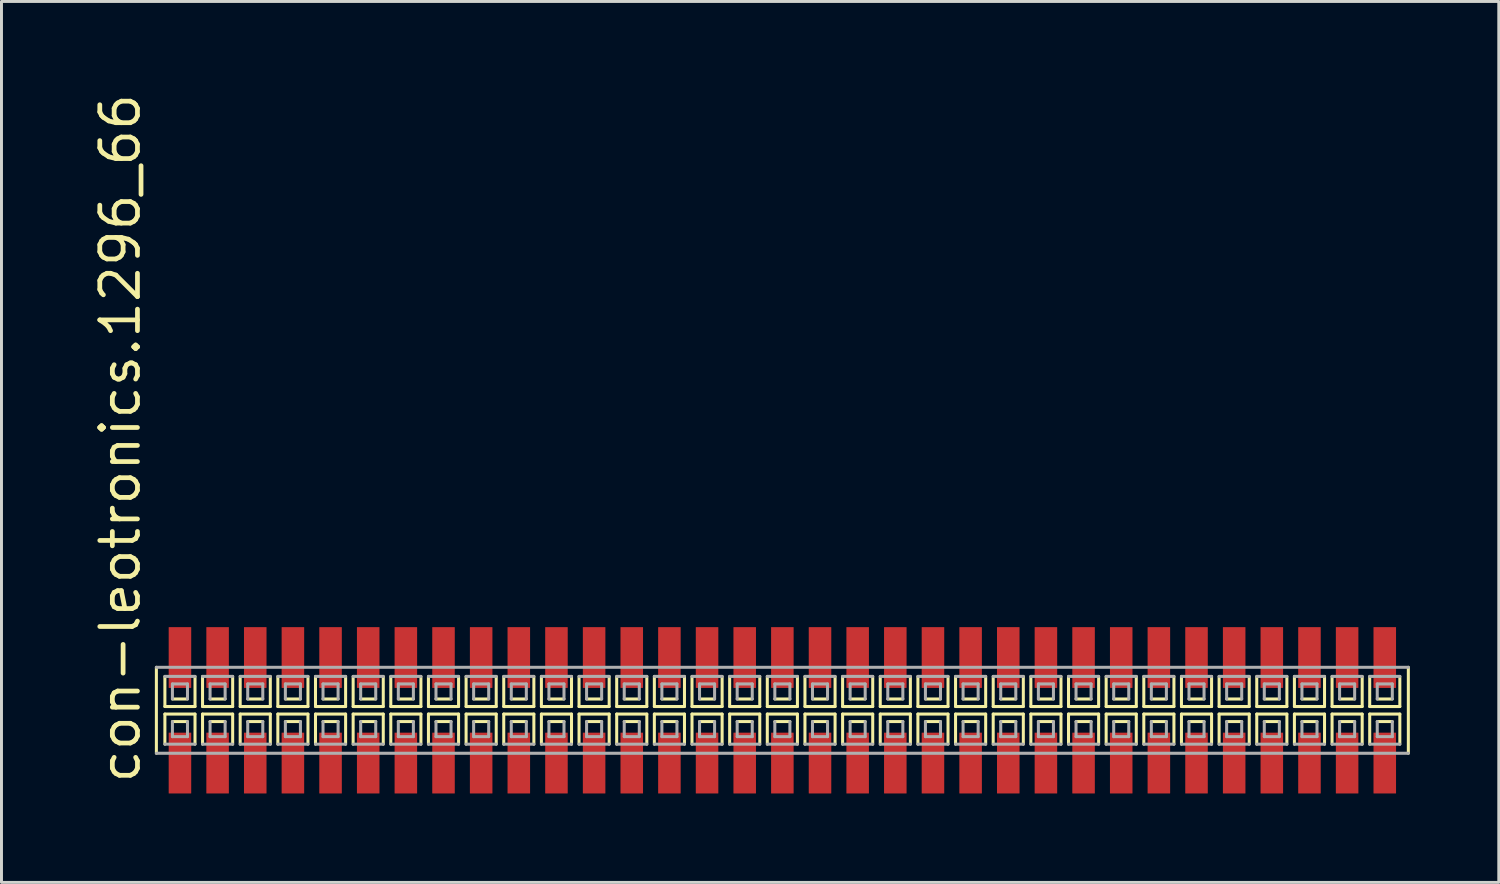
<source format=kicad_pcb>
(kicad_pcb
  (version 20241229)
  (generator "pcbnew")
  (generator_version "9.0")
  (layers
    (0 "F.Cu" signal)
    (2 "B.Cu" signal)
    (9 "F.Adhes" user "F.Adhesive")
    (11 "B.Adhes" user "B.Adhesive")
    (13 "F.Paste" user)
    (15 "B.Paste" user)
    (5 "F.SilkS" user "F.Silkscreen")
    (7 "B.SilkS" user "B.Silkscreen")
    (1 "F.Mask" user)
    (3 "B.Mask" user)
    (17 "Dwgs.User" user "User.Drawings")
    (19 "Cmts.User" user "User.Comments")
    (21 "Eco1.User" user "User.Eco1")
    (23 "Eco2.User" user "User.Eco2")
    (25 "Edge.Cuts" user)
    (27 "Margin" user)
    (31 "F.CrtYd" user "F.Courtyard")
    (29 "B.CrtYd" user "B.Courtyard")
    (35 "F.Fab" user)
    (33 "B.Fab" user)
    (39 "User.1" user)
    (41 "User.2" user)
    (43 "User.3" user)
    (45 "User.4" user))
  (footprint "con-leotronics.1296_66"
    (layer "F.Cu")
    (at 23.34 20.909)
    (property "Reference" "con-leotronics.1296_66" (at -21.59 2.54 90) (layer "F.SilkS") (effects (font (size 1.27 1.27) (thickness 0.16)) (justify left bottom)))
    (attr smd)
    (fp_line (start -21.115 -1.45) (end -21.115 1.45) (stroke (width 0.102) (type default)) (layer "F.SilkS"))
    (fp_line (start -20.828 -1.143) (end -20.828 -0.127) (stroke (width 0.102) (type default)) (layer "F.SilkS"))
    (fp_line (start -20.828 -0.127) (end -19.812 -0.127) (stroke (width 0.102) (type default)) (layer "F.SilkS"))
    (fp_line (start -20.828 0.127) (end -20.828 1.143) (stroke (width 0.102) (type default)) (layer "F.SilkS"))
    (fp_line (start -20.574 -0.381) (end -20.066 -0.381) (stroke (width 0.102) (type default)) (layer "F.SilkS"))
    (fp_line (start -20.066 0.381) (end -20.574 0.381) (stroke (width 0.102) (type default)) (layer "F.SilkS"))
    (fp_line (start -19.812 -0.127) (end -19.812 -1.143) (stroke (width 0.102) (type default)) (layer "F.SilkS"))
    (fp_line (start -19.812 0.127) (end -20.828 0.127) (stroke (width 0.102) (type default)) (layer "F.SilkS"))
    (fp_line (start -19.812 1.143) (end -19.812 0.127) (stroke (width 0.102) (type default)) (layer "F.SilkS"))
    (fp_line (start -19.558 -1.143) (end -19.558 -0.127) (stroke (width 0.102) (type default)) (layer "F.SilkS"))
    (fp_line (start -19.558 -0.127) (end -18.542 -0.127) (stroke (width 0.102) (type default)) (layer "F.SilkS"))
    (fp_line (start -19.558 0.127) (end -19.558 1.143) (stroke (width 0.102) (type default)) (layer "F.SilkS"))
    (fp_line (start -19.304 -0.381) (end -18.796 -0.381) (stroke (width 0.102) (type default)) (layer "F.SilkS"))
    (fp_line (start -18.796 0.381) (end -19.304 0.381) (stroke (width 0.102) (type default)) (layer "F.SilkS"))
    (fp_line (start -18.542 -0.127) (end -18.542 -1.143) (stroke (width 0.102) (type default)) (layer "F.SilkS"))
    (fp_line (start -18.542 0.127) (end -19.558 0.127) (stroke (width 0.102) (type default)) (layer "F.SilkS"))
    (fp_line (start -18.542 1.143) (end -18.542 0.127) (stroke (width 0.102) (type default)) (layer "F.SilkS"))
    (fp_line (start -18.288 -1.143) (end -18.288 -0.127) (stroke (width 0.102) (type default)) (layer "F.SilkS"))
    (fp_line (start -18.288 -0.127) (end -17.272 -0.127) (stroke (width 0.102) (type default)) (layer "F.SilkS"))
    (fp_line (start -18.288 0.127) (end -18.288 1.143) (stroke (width 0.102) (type default)) (layer "F.SilkS"))
    (fp_line (start -18.034 -0.381) (end -17.526 -0.381) (stroke (width 0.102) (type default)) (layer "F.SilkS"))
    (fp_line (start -17.526 0.381) (end -18.034 0.381) (stroke (width 0.102) (type default)) (layer "F.SilkS"))
    (fp_line (start -17.272 -0.127) (end -17.272 -1.143) (stroke (width 0.102) (type default)) (layer "F.SilkS"))
    (fp_line (start -17.272 0.127) (end -18.288 0.127) (stroke (width 0.102) (type default)) (layer "F.SilkS"))
    (fp_line (start -17.272 1.143) (end -17.272 0.127) (stroke (width 0.102) (type default)) (layer "F.SilkS"))
    (fp_line (start -17.018 -1.143) (end -17.018 -0.127) (stroke (width 0.102) (type default)) (layer "F.SilkS"))
    (fp_line (start -17.018 -0.127) (end -16.002 -0.127) (stroke (width 0.102) (type default)) (layer "F.SilkS"))
    (fp_line (start -17.018 0.127) (end -17.018 1.143) (stroke (width 0.102) (type default)) (layer "F.SilkS"))
    (fp_line (start -16.764 -0.381) (end -16.256 -0.381) (stroke (width 0.102) (type default)) (layer "F.SilkS"))
    (fp_line (start -16.256 0.381) (end -16.764 0.381) (stroke (width 0.102) (type default)) (layer "F.SilkS"))
    (fp_line (start -16.002 -0.127) (end -16.002 -1.143) (stroke (width 0.102) (type default)) (layer "F.SilkS"))
    (fp_line (start -16.002 0.127) (end -17.018 0.127) (stroke (width 0.102) (type default)) (layer "F.SilkS"))
    (fp_line (start -16.002 1.143) (end -16.002 0.127) (stroke (width 0.102) (type default)) (layer "F.SilkS"))
    (fp_line (start -15.748 -1.143) (end -15.748 -0.127) (stroke (width 0.102) (type default)) (layer "F.SilkS"))
    (fp_line (start -15.748 -0.127) (end -14.732 -0.127) (stroke (width 0.102) (type default)) (layer "F.SilkS"))
    (fp_line (start -15.748 0.127) (end -15.748 1.143) (stroke (width 0.102) (type default)) (layer "F.SilkS"))
    (fp_line (start -15.494 -0.381) (end -14.986 -0.381) (stroke (width 0.102) (type default)) (layer "F.SilkS"))
    (fp_line (start -14.986 0.381) (end -15.494 0.381) (stroke (width 0.102) (type default)) (layer "F.SilkS"))
    (fp_line (start -14.732 -0.127) (end -14.732 -1.143) (stroke (width 0.102) (type default)) (layer "F.SilkS"))
    (fp_line (start -14.732 0.127) (end -15.748 0.127) (stroke (width 0.102) (type default)) (layer "F.SilkS"))
    (fp_line (start -14.732 1.143) (end -14.732 0.127) (stroke (width 0.102) (type default)) (layer "F.SilkS"))
    (fp_line (start -14.478 -1.143) (end -14.478 -0.127) (stroke (width 0.102) (type default)) (layer "F.SilkS"))
    (fp_line (start -14.478 -0.127) (end -13.462 -0.127) (stroke (width 0.102) (type default)) (layer "F.SilkS"))
    (fp_line (start -14.478 0.127) (end -14.478 1.143) (stroke (width 0.102) (type default)) (layer "F.SilkS"))
    (fp_line (start -14.224 -0.381) (end -13.716 -0.381) (stroke (width 0.102) (type default)) (layer "F.SilkS"))
    (fp_line (start -13.716 0.381) (end -14.224 0.381) (stroke (width 0.102) (type default)) (layer "F.SilkS"))
    (fp_line (start -13.462 -0.127) (end -13.462 -1.143) (stroke (width 0.102) (type default)) (layer "F.SilkS"))
    (fp_line (start -13.462 0.127) (end -14.478 0.127) (stroke (width 0.102) (type default)) (layer "F.SilkS"))
    (fp_line (start -13.462 1.143) (end -13.462 0.127) (stroke (width 0.102) (type default)) (layer "F.SilkS"))
    (fp_line (start -13.208 -1.143) (end -13.208 -0.127) (stroke (width 0.102) (type default)) (layer "F.SilkS"))
    (fp_line (start -13.208 -0.127) (end -12.192 -0.127) (stroke (width 0.102) (type default)) (layer "F.SilkS"))
    (fp_line (start -13.208 0.127) (end -13.208 1.143) (stroke (width 0.102) (type default)) (layer "F.SilkS"))
    (fp_line (start -12.954 -0.381) (end -12.446 -0.381) (stroke (width 0.102) (type default)) (layer "F.SilkS"))
    (fp_line (start -12.446 0.381) (end -12.954 0.381) (stroke (width 0.102) (type default)) (layer "F.SilkS"))
    (fp_line (start -12.192 -0.127) (end -12.192 -1.143) (stroke (width 0.102) (type default)) (layer "F.SilkS"))
    (fp_line (start -12.192 0.127) (end -13.208 0.127) (stroke (width 0.102) (type default)) (layer "F.SilkS"))
    (fp_line (start -12.192 1.143) (end -12.192 0.127) (stroke (width 0.102) (type default)) (layer "F.SilkS"))
    (fp_line (start -11.938 -1.143) (end -11.938 -0.127) (stroke (width 0.102) (type default)) (layer "F.SilkS"))
    (fp_line (start -11.938 -0.127) (end -10.922 -0.127) (stroke (width 0.102) (type default)) (layer "F.SilkS"))
    (fp_line (start -11.938 0.127) (end -11.938 1.143) (stroke (width 0.102) (type default)) (layer "F.SilkS"))
    (fp_line (start -11.684 -0.381) (end -11.176 -0.381) (stroke (width 0.102) (type default)) (layer "F.SilkS"))
    (fp_line (start -11.176 0.381) (end -11.684 0.381) (stroke (width 0.102) (type default)) (layer "F.SilkS"))
    (fp_line (start -10.922 -0.127) (end -10.922 -1.143) (stroke (width 0.102) (type default)) (layer "F.SilkS"))
    (fp_line (start -10.922 0.127) (end -11.938 0.127) (stroke (width 0.102) (type default)) (layer "F.SilkS"))
    (fp_line (start -10.922 1.143) (end -10.922 0.127) (stroke (width 0.102) (type default)) (layer "F.SilkS"))
    (fp_line (start -10.668 -1.143) (end -10.668 -0.127) (stroke (width 0.102) (type default)) (layer "F.SilkS"))
    (fp_line (start -10.668 -0.127) (end -9.652 -0.127) (stroke (width 0.102) (type default)) (layer "F.SilkS"))
    (fp_line (start -10.668 0.127) (end -10.668 1.143) (stroke (width 0.102) (type default)) (layer "F.SilkS"))
    (fp_line (start -10.414 -0.381) (end -9.906 -0.381) (stroke (width 0.102) (type default)) (layer "F.SilkS"))
    (fp_line (start -9.906 0.381) (end -10.414 0.381) (stroke (width 0.102) (type default)) (layer "F.SilkS"))
    (fp_line (start -9.652 -0.127) (end -9.652 -1.143) (stroke (width 0.102) (type default)) (layer "F.SilkS"))
    (fp_line (start -9.652 0.127) (end -10.668 0.127) (stroke (width 0.102) (type default)) (layer "F.SilkS"))
    (fp_line (start -9.652 1.143) (end -9.652 0.127) (stroke (width 0.102) (type default)) (layer "F.SilkS"))
    (fp_line (start -9.398 -1.143) (end -9.398 -0.127) (stroke (width 0.102) (type default)) (layer "F.SilkS"))
    (fp_line (start -9.398 -0.127) (end -8.382 -0.127) (stroke (width 0.102) (type default)) (layer "F.SilkS"))
    (fp_line (start -9.398 0.127) (end -9.398 1.143) (stroke (width 0.102) (type default)) (layer "F.SilkS"))
    (fp_line (start -9.144 -0.381) (end -8.636 -0.381) (stroke (width 0.102) (type default)) (layer "F.SilkS"))
    (fp_line (start -8.636 0.381) (end -9.144 0.381) (stroke (width 0.102) (type default)) (layer "F.SilkS"))
    (fp_line (start -8.382 -0.127) (end -8.382 -1.143) (stroke (width 0.102) (type default)) (layer "F.SilkS"))
    (fp_line (start -8.382 0.127) (end -9.398 0.127) (stroke (width 0.102) (type default)) (layer "F.SilkS"))
    (fp_line (start -8.382 1.143) (end -8.382 0.127) (stroke (width 0.102) (type default)) (layer "F.SilkS"))
    (fp_line (start -8.128 -1.143) (end -8.128 -0.127) (stroke (width 0.102) (type default)) (layer "F.SilkS"))
    (fp_line (start -8.128 -0.127) (end -7.112 -0.127) (stroke (width 0.102) (type default)) (layer "F.SilkS"))
    (fp_line (start -8.128 0.127) (end -8.128 1.143) (stroke (width 0.102) (type default)) (layer "F.SilkS"))
    (fp_line (start -7.874 -0.381) (end -7.366 -0.381) (stroke (width 0.102) (type default)) (layer "F.SilkS"))
    (fp_line (start -7.366 0.381) (end -7.874 0.381) (stroke (width 0.102) (type default)) (layer "F.SilkS"))
    (fp_line (start -7.112 -0.127) (end -7.112 -1.143) (stroke (width 0.102) (type default)) (layer "F.SilkS"))
    (fp_line (start -7.112 0.127) (end -8.128 0.127) (stroke (width 0.102) (type default)) (layer "F.SilkS"))
    (fp_line (start -7.112 1.143) (end -7.112 0.127) (stroke (width 0.102) (type default)) (layer "F.SilkS"))
    (fp_line (start -6.858 -1.143) (end -6.858 -0.127) (stroke (width 0.102) (type default)) (layer "F.SilkS"))
    (fp_line (start -6.858 -0.127) (end -5.842 -0.127) (stroke (width 0.102) (type default)) (layer "F.SilkS"))
    (fp_line (start -6.858 0.127) (end -6.858 1.143) (stroke (width 0.102) (type default)) (layer "F.SilkS"))
    (fp_line (start -6.604 -0.381) (end -6.096 -0.381) (stroke (width 0.102) (type default)) (layer "F.SilkS"))
    (fp_line (start -6.096 0.381) (end -6.604 0.381) (stroke (width 0.102) (type default)) (layer "F.SilkS"))
    (fp_line (start -5.842 -0.127) (end -5.842 -1.143) (stroke (width 0.102) (type default)) (layer "F.SilkS"))
    (fp_line (start -5.842 0.127) (end -6.858 0.127) (stroke (width 0.102) (type default)) (layer "F.SilkS"))
    (fp_line (start -5.842 1.143) (end -5.842 0.127) (stroke (width 0.102) (type default)) (layer "F.SilkS"))
    (fp_line (start -5.588 -1.143) (end -5.588 -0.127) (stroke (width 0.102) (type default)) (layer "F.SilkS"))
    (fp_line (start -5.588 -0.127) (end -4.572 -0.127) (stroke (width 0.102) (type default)) (layer "F.SilkS"))
    (fp_line (start -5.588 0.127) (end -5.588 1.143) (stroke (width 0.102) (type default)) (layer "F.SilkS"))
    (fp_line (start -5.334 -0.381) (end -4.826 -0.381) (stroke (width 0.102) (type default)) (layer "F.SilkS"))
    (fp_line (start -4.826 0.381) (end -5.334 0.381) (stroke (width 0.102) (type default)) (layer "F.SilkS"))
    (fp_line (start -4.572 -0.127) (end -4.572 -1.143) (stroke (width 0.102) (type default)) (layer "F.SilkS"))
    (fp_line (start -4.572 0.127) (end -5.588 0.127) (stroke (width 0.102) (type default)) (layer "F.SilkS"))
    (fp_line (start -4.572 1.143) (end -4.572 0.127) (stroke (width 0.102) (type default)) (layer "F.SilkS"))
    (fp_line (start -4.318 -1.143) (end -4.318 -0.127) (stroke (width 0.102) (type default)) (layer "F.SilkS"))
    (fp_line (start -4.318 -0.127) (end -3.302 -0.127) (stroke (width 0.102) (type default)) (layer "F.SilkS"))
    (fp_line (start -4.318 0.127) (end -4.318 1.143) (stroke (width 0.102) (type default)) (layer "F.SilkS"))
    (fp_line (start -4.064 -0.381) (end -3.556 -0.381) (stroke (width 0.102) (type default)) (layer "F.SilkS"))
    (fp_line (start -3.556 0.381) (end -4.064 0.381) (stroke (width 0.102) (type default)) (layer "F.SilkS"))
    (fp_line (start -3.302 -0.127) (end -3.302 -1.143) (stroke (width 0.102) (type default)) (layer "F.SilkS"))
    (fp_line (start -3.302 0.127) (end -4.318 0.127) (stroke (width 0.102) (type default)) (layer "F.SilkS"))
    (fp_line (start -3.302 1.143) (end -3.302 0.127) (stroke (width 0.102) (type default)) (layer "F.SilkS"))
    (fp_line (start -3.048 -1.143) (end -3.048 -0.127) (stroke (width 0.102) (type default)) (layer "F.SilkS"))
    (fp_line (start -3.048 -0.127) (end -2.032 -0.127) (stroke (width 0.102) (type default)) (layer "F.SilkS"))
    (fp_line (start -3.048 0.127) (end -3.048 1.143) (stroke (width 0.102) (type default)) (layer "F.SilkS"))
    (fp_line (start -2.794 -0.381) (end -2.286 -0.381) (stroke (width 0.102) (type default)) (layer "F.SilkS"))
    (fp_line (start -2.286 0.381) (end -2.794 0.381) (stroke (width 0.102) (type default)) (layer "F.SilkS"))
    (fp_line (start -2.032 -0.127) (end -2.032 -1.143) (stroke (width 0.102) (type default)) (layer "F.SilkS"))
    (fp_line (start -2.032 0.127) (end -3.048 0.127) (stroke (width 0.102) (type default)) (layer "F.SilkS"))
    (fp_line (start -2.032 1.143) (end -2.032 0.127) (stroke (width 0.102) (type default)) (layer "F.SilkS"))
    (fp_line (start -1.778 -1.143) (end -1.778 -0.127) (stroke (width 0.102) (type default)) (layer "F.SilkS"))
    (fp_line (start -1.778 -0.127) (end -0.762 -0.127) (stroke (width 0.102) (type default)) (layer "F.SilkS"))
    (fp_line (start -1.778 0.127) (end -1.778 1.143) (stroke (width 0.102) (type default)) (layer "F.SilkS"))
    (fp_line (start -1.524 -0.381) (end -1.016 -0.381) (stroke (width 0.102) (type default)) (layer "F.SilkS"))
    (fp_line (start -1.016 0.381) (end -1.524 0.381) (stroke (width 0.102) (type default)) (layer "F.SilkS"))
    (fp_line (start -0.762 -0.127) (end -0.762 -1.143) (stroke (width 0.102) (type default)) (layer "F.SilkS"))
    (fp_line (start -0.762 0.127) (end -1.778 0.127) (stroke (width 0.102) (type default)) (layer "F.SilkS"))
    (fp_line (start -0.762 1.143) (end -0.762 0.127) (stroke (width 0.102) (type default)) (layer "F.SilkS"))
    (fp_line (start -0.508 -1.143) (end -0.508 -0.127) (stroke (width 0.102) (type default)) (layer "F.SilkS"))
    (fp_line (start -0.508 -0.127) (end 0.508 -0.127) (stroke (width 0.102) (type default)) (layer "F.SilkS"))
    (fp_line (start -0.508 0.127) (end -0.508 1.143) (stroke (width 0.102) (type default)) (layer "F.SilkS"))
    (fp_line (start -0.254 -0.381) (end 0.254 -0.381) (stroke (width 0.102) (type default)) (layer "F.SilkS"))
    (fp_line (start 0.254 0.381) (end -0.254 0.381) (stroke (width 0.102) (type default)) (layer "F.SilkS"))
    (fp_line (start 0.508 -0.127) (end 0.508 -1.143) (stroke (width 0.102) (type default)) (layer "F.SilkS"))
    (fp_line (start 0.508 0.127) (end -0.508 0.127) (stroke (width 0.102) (type default)) (layer "F.SilkS"))
    (fp_line (start 0.508 1.143) (end 0.508 0.127) (stroke (width 0.102) (type default)) (layer "F.SilkS"))
    (fp_line (start 0.762 -1.143) (end 0.762 -0.127) (stroke (width 0.102) (type default)) (layer "F.SilkS"))
    (fp_line (start 0.762 -0.127) (end 1.778 -0.127) (stroke (width 0.102) (type default)) (layer "F.SilkS"))
    (fp_line (start 0.762 0.127) (end 0.762 1.143) (stroke (width 0.102) (type default)) (layer "F.SilkS"))
    (fp_line (start 1.016 -0.381) (end 1.524 -0.381) (stroke (width 0.102) (type default)) (layer "F.SilkS"))
    (fp_line (start 1.524 0.381) (end 1.016 0.381) (stroke (width 0.102) (type default)) (layer "F.SilkS"))
    (fp_line (start 1.778 -0.127) (end 1.778 -1.143) (stroke (width 0.102) (type default)) (layer "F.SilkS"))
    (fp_line (start 1.778 0.127) (end 0.762 0.127) (stroke (width 0.102) (type default)) (layer "F.SilkS"))
    (fp_line (start 1.778 1.143) (end 1.778 0.127) (stroke (width 0.102) (type default)) (layer "F.SilkS"))
    (fp_line (start 2.032 -1.143) (end 2.032 -0.127) (stroke (width 0.102) (type default)) (layer "F.SilkS"))
    (fp_line (start 2.032 -0.127) (end 3.048 -0.127) (stroke (width 0.102) (type default)) (layer "F.SilkS"))
    (fp_line (start 2.032 0.127) (end 2.032 1.143) (stroke (width 0.102) (type default)) (layer "F.SilkS"))
    (fp_line (start 2.286 -0.381) (end 2.794 -0.381) (stroke (width 0.102) (type default)) (layer "F.SilkS"))
    (fp_line (start 2.794 0.381) (end 2.286 0.381) (stroke (width 0.102) (type default)) (layer "F.SilkS"))
    (fp_line (start 3.048 -0.127) (end 3.048 -1.143) (stroke (width 0.102) (type default)) (layer "F.SilkS"))
    (fp_line (start 3.048 0.127) (end 2.032 0.127) (stroke (width 0.102) (type default)) (layer "F.SilkS"))
    (fp_line (start 3.048 1.143) (end 3.048 0.127) (stroke (width 0.102) (type default)) (layer "F.SilkS"))
    (fp_line (start 3.302 -1.143) (end 3.302 -0.127) (stroke (width 0.102) (type default)) (layer "F.SilkS"))
    (fp_line (start 3.302 -0.127) (end 4.318 -0.127) (stroke (width 0.102) (type default)) (layer "F.SilkS"))
    (fp_line (start 3.302 0.127) (end 3.302 1.143) (stroke (width 0.102) (type default)) (layer "F.SilkS"))
    (fp_line (start 3.556 -0.381) (end 4.064 -0.381) (stroke (width 0.102) (type default)) (layer "F.SilkS"))
    (fp_line (start 4.064 0.381) (end 3.556 0.381) (stroke (width 0.102) (type default)) (layer "F.SilkS"))
    (fp_line (start 4.318 -0.127) (end 4.318 -1.143) (stroke (width 0.102) (type default)) (layer "F.SilkS"))
    (fp_line (start 4.318 0.127) (end 3.302 0.127) (stroke (width 0.102) (type default)) (layer "F.SilkS"))
    (fp_line (start 4.318 1.143) (end 4.318 0.127) (stroke (width 0.102) (type default)) (layer "F.SilkS"))
    (fp_line (start 4.572 -1.143) (end 4.572 -0.127) (stroke (width 0.102) (type default)) (layer "F.SilkS"))
    (fp_line (start 4.572 -0.127) (end 5.588 -0.127) (stroke (width 0.102) (type default)) (layer "F.SilkS"))
    (fp_line (start 4.572 0.127) (end 4.572 1.143) (stroke (width 0.102) (type default)) (layer "F.SilkS"))
    (fp_line (start 4.826 -0.381) (end 5.334 -0.381) (stroke (width 0.102) (type default)) (layer "F.SilkS"))
    (fp_line (start 5.334 0.381) (end 4.826 0.381) (stroke (width 0.102) (type default)) (layer "F.SilkS"))
    (fp_line (start 5.588 -0.127) (end 5.588 -1.143) (stroke (width 0.102) (type default)) (layer "F.SilkS"))
    (fp_line (start 5.588 0.127) (end 4.572 0.127) (stroke (width 0.102) (type default)) (layer "F.SilkS"))
    (fp_line (start 5.588 1.143) (end 5.588 0.127) (stroke (width 0.102) (type default)) (layer "F.SilkS"))
    (fp_line (start 5.842 -1.143) (end 5.842 -0.127) (stroke (width 0.102) (type default)) (layer "F.SilkS"))
    (fp_line (start 5.842 -0.127) (end 6.858 -0.127) (stroke (width 0.102) (type default)) (layer "F.SilkS"))
    (fp_line (start 5.842 0.127) (end 5.842 1.143) (stroke (width 0.102) (type default)) (layer "F.SilkS"))
    (fp_line (start 6.096 -0.381) (end 6.604 -0.381) (stroke (width 0.102) (type default)) (layer "F.SilkS"))
    (fp_line (start 6.604 0.381) (end 6.096 0.381) (stroke (width 0.102) (type default)) (layer "F.SilkS"))
    (fp_line (start 6.858 -0.127) (end 6.858 -1.143) (stroke (width 0.102) (type default)) (layer "F.SilkS"))
    (fp_line (start 6.858 0.127) (end 5.842 0.127) (stroke (width 0.102) (type default)) (layer "F.SilkS"))
    (fp_line (start 6.858 1.143) (end 6.858 0.127) (stroke (width 0.102) (type default)) (layer "F.SilkS"))
    (fp_line (start 7.112 -1.143) (end 7.112 -0.127) (stroke (width 0.102) (type default)) (layer "F.SilkS"))
    (fp_line (start 7.112 -0.127) (end 8.128 -0.127) (stroke (width 0.102) (type default)) (layer "F.SilkS"))
    (fp_line (start 7.112 0.127) (end 7.112 1.143) (stroke (width 0.102) (type default)) (layer "F.SilkS"))
    (fp_line (start 7.366 -0.381) (end 7.874 -0.381) (stroke (width 0.102) (type default)) (layer "F.SilkS"))
    (fp_line (start 7.874 0.381) (end 7.366 0.381) (stroke (width 0.102) (type default)) (layer "F.SilkS"))
    (fp_line (start 8.128 -0.127) (end 8.128 -1.143) (stroke (width 0.102) (type default)) (layer "F.SilkS"))
    (fp_line (start 8.128 0.127) (end 7.112 0.127) (stroke (width 0.102) (type default)) (layer "F.SilkS"))
    (fp_line (start 8.128 1.143) (end 8.128 0.127) (stroke (width 0.102) (type default)) (layer "F.SilkS"))
    (fp_line (start 8.382 -1.143) (end 8.382 -0.127) (stroke (width 0.102) (type default)) (layer "F.SilkS"))
    (fp_line (start 8.382 -0.127) (end 9.398 -0.127) (stroke (width 0.102) (type default)) (layer "F.SilkS"))
    (fp_line (start 8.382 0.127) (end 8.382 1.143) (stroke (width 0.102) (type default)) (layer "F.SilkS"))
    (fp_line (start 8.636 -0.381) (end 9.144 -0.381) (stroke (width 0.102) (type default)) (layer "F.SilkS"))
    (fp_line (start 9.144 0.381) (end 8.636 0.381) (stroke (width 0.102) (type default)) (layer "F.SilkS"))
    (fp_line (start 9.398 -0.127) (end 9.398 -1.143) (stroke (width 0.102) (type default)) (layer "F.SilkS"))
    (fp_line (start 9.398 0.127) (end 8.382 0.127) (stroke (width 0.102) (type default)) (layer "F.SilkS"))
    (fp_line (start 9.398 1.143) (end 9.398 0.127) (stroke (width 0.102) (type default)) (layer "F.SilkS"))
    (fp_line (start 9.652 -1.143) (end 9.652 -0.127) (stroke (width 0.102) (type default)) (layer "F.SilkS"))
    (fp_line (start 9.652 -0.127) (end 10.668 -0.127) (stroke (width 0.102) (type default)) (layer "F.SilkS"))
    (fp_line (start 9.652 0.127) (end 9.652 1.143) (stroke (width 0.102) (type default)) (layer "F.SilkS"))
    (fp_line (start 9.906 -0.381) (end 10.414 -0.381) (stroke (width 0.102) (type default)) (layer "F.SilkS"))
    (fp_line (start 10.414 0.381) (end 9.906 0.381) (stroke (width 0.102) (type default)) (layer "F.SilkS"))
    (fp_line (start 10.668 -0.127) (end 10.668 -1.143) (stroke (width 0.102) (type default)) (layer "F.SilkS"))
    (fp_line (start 10.668 0.127) (end 9.652 0.127) (stroke (width 0.102) (type default)) (layer "F.SilkS"))
    (fp_line (start 10.668 1.143) (end 10.668 0.127) (stroke (width 0.102) (type default)) (layer "F.SilkS"))
    (fp_line (start 10.922 -1.143) (end 10.922 -0.127) (stroke (width 0.102) (type default)) (layer "F.SilkS"))
    (fp_line (start 10.922 -0.127) (end 11.938 -0.127) (stroke (width 0.102) (type default)) (layer "F.SilkS"))
    (fp_line (start 10.922 0.127) (end 10.922 1.143) (stroke (width 0.102) (type default)) (layer "F.SilkS"))
    (fp_line (start 11.176 -0.381) (end 11.684 -0.381) (stroke (width 0.102) (type default)) (layer "F.SilkS"))
    (fp_line (start 11.684 0.381) (end 11.176 0.381) (stroke (width 0.102) (type default)) (layer "F.SilkS"))
    (fp_line (start 11.938 -0.127) (end 11.938 -1.143) (stroke (width 0.102) (type default)) (layer "F.SilkS"))
    (fp_line (start 11.938 0.127) (end 10.922 0.127) (stroke (width 0.102) (type default)) (layer "F.SilkS"))
    (fp_line (start 11.938 1.143) (end 11.938 0.127) (stroke (width 0.102) (type default)) (layer "F.SilkS"))
    (fp_line (start 12.192 -1.143) (end 12.192 -0.127) (stroke (width 0.102) (type default)) (layer "F.SilkS"))
    (fp_line (start 12.192 -0.127) (end 13.208 -0.127) (stroke (width 0.102) (type default)) (layer "F.SilkS"))
    (fp_line (start 12.192 0.127) (end 12.192 1.143) (stroke (width 0.102) (type default)) (layer "F.SilkS"))
    (fp_line (start 12.446 -0.381) (end 12.954 -0.381) (stroke (width 0.102) (type default)) (layer "F.SilkS"))
    (fp_line (start 12.954 0.381) (end 12.446 0.381) (stroke (width 0.102) (type default)) (layer "F.SilkS"))
    (fp_line (start 13.208 -0.127) (end 13.208 -1.143) (stroke (width 0.102) (type default)) (layer "F.SilkS"))
    (fp_line (start 13.208 0.127) (end 12.192 0.127) (stroke (width 0.102) (type default)) (layer "F.SilkS"))
    (fp_line (start 13.208 1.143) (end 13.208 0.127) (stroke (width 0.102) (type default)) (layer "F.SilkS"))
    (fp_line (start 13.462 -1.143) (end 13.462 -0.127) (stroke (width 0.102) (type default)) (layer "F.SilkS"))
    (fp_line (start 13.462 -0.127) (end 14.478 -0.127) (stroke (width 0.102) (type default)) (layer "F.SilkS"))
    (fp_line (start 13.462 0.127) (end 13.462 1.143) (stroke (width 0.102) (type default)) (layer "F.SilkS"))
    (fp_line (start 13.716 -0.381) (end 14.224 -0.381) (stroke (width 0.102) (type default)) (layer "F.SilkS"))
    (fp_line (start 14.224 0.381) (end 13.716 0.381) (stroke (width 0.102) (type default)) (layer "F.SilkS"))
    (fp_line (start 14.478 -0.127) (end 14.478 -1.143) (stroke (width 0.102) (type default)) (layer "F.SilkS"))
    (fp_line (start 14.478 0.127) (end 13.462 0.127) (stroke (width 0.102) (type default)) (layer "F.SilkS"))
    (fp_line (start 14.478 1.143) (end 14.478 0.127) (stroke (width 0.102) (type default)) (layer "F.SilkS"))
    (fp_line (start 14.732 -1.143) (end 14.732 -0.127) (stroke (width 0.102) (type default)) (layer "F.SilkS"))
    (fp_line (start 14.732 -0.127) (end 15.748 -0.127) (stroke (width 0.102) (type default)) (layer "F.SilkS"))
    (fp_line (start 14.732 0.127) (end 14.732 1.143) (stroke (width 0.102) (type default)) (layer "F.SilkS"))
    (fp_line (start 14.986 -0.381) (end 15.494 -0.381) (stroke (width 0.102) (type default)) (layer "F.SilkS"))
    (fp_line (start 15.494 0.381) (end 14.986 0.381) (stroke (width 0.102) (type default)) (layer "F.SilkS"))
    (fp_line (start 15.748 -0.127) (end 15.748 -1.143) (stroke (width 0.102) (type default)) (layer "F.SilkS"))
    (fp_line (start 15.748 0.127) (end 14.732 0.127) (stroke (width 0.102) (type default)) (layer "F.SilkS"))
    (fp_line (start 15.748 1.143) (end 15.748 0.127) (stroke (width 0.102) (type default)) (layer "F.SilkS"))
    (fp_line (start 16.002 -1.143) (end 16.002 -0.127) (stroke (width 0.102) (type default)) (layer "F.SilkS"))
    (fp_line (start 16.002 -0.127) (end 17.018 -0.127) (stroke (width 0.102) (type default)) (layer "F.SilkS"))
    (fp_line (start 16.002 0.127) (end 16.002 1.143) (stroke (width 0.102) (type default)) (layer "F.SilkS"))
    (fp_line (start 16.256 -0.381) (end 16.764 -0.381) (stroke (width 0.102) (type default)) (layer "F.SilkS"))
    (fp_line (start 16.764 0.381) (end 16.256 0.381) (stroke (width 0.102) (type default)) (layer "F.SilkS"))
    (fp_line (start 17.018 -0.127) (end 17.018 -1.143) (stroke (width 0.102) (type default)) (layer "F.SilkS"))
    (fp_line (start 17.018 0.127) (end 16.002 0.127) (stroke (width 0.102) (type default)) (layer "F.SilkS"))
    (fp_line (start 17.018 1.143) (end 17.018 0.127) (stroke (width 0.102) (type default)) (layer "F.SilkS"))
    (fp_line (start 17.272 -1.143) (end 17.272 -0.127) (stroke (width 0.102) (type default)) (layer "F.SilkS"))
    (fp_line (start 17.272 -0.127) (end 18.288 -0.127) (stroke (width 0.102) (type default)) (layer "F.SilkS"))
    (fp_line (start 17.272 0.127) (end 17.272 1.143) (stroke (width 0.102) (type default)) (layer "F.SilkS"))
    (fp_line (start 17.526 -0.381) (end 18.034 -0.381) (stroke (width 0.102) (type default)) (layer "F.SilkS"))
    (fp_line (start 18.034 0.381) (end 17.526 0.381) (stroke (width 0.102) (type default)) (layer "F.SilkS"))
    (fp_line (start 18.288 -0.127) (end 18.288 -1.143) (stroke (width 0.102) (type default)) (layer "F.SilkS"))
    (fp_line (start 18.288 0.127) (end 17.272 0.127) (stroke (width 0.102) (type default)) (layer "F.SilkS"))
    (fp_line (start 18.288 1.143) (end 18.288 0.127) (stroke (width 0.102) (type default)) (layer "F.SilkS"))
    (fp_line (start 18.542 -1.143) (end 18.542 -0.127) (stroke (width 0.102) (type default)) (layer "F.SilkS"))
    (fp_line (start 18.542 -0.127) (end 19.558 -0.127) (stroke (width 0.102) (type default)) (layer "F.SilkS"))
    (fp_line (start 18.542 0.127) (end 18.542 1.143) (stroke (width 0.102) (type default)) (layer "F.SilkS"))
    (fp_line (start 18.796 -0.381) (end 19.304 -0.381) (stroke (width 0.102) (type default)) (layer "F.SilkS"))
    (fp_line (start 19.304 0.381) (end 18.796 0.381) (stroke (width 0.102) (type default)) (layer "F.SilkS"))
    (fp_line (start 19.558 -0.127) (end 19.558 -1.143) (stroke (width 0.102) (type default)) (layer "F.SilkS"))
    (fp_line (start 19.558 0.127) (end 18.542 0.127) (stroke (width 0.102) (type default)) (layer "F.SilkS"))
    (fp_line (start 19.558 1.143) (end 19.558 0.127) (stroke (width 0.102) (type default)) (layer "F.SilkS"))
    (fp_line (start 19.812 -1.143) (end 19.812 -0.127) (stroke (width 0.102) (type default)) (layer "F.SilkS"))
    (fp_line (start 19.812 -0.127) (end 20.828 -0.127) (stroke (width 0.102) (type default)) (layer "F.SilkS"))
    (fp_line (start 19.812 0.127) (end 19.812 1.143) (stroke (width 0.102) (type default)) (layer "F.SilkS"))
    (fp_line (start 20.066 -0.381) (end 20.574 -0.381) (stroke (width 0.102) (type default)) (layer "F.SilkS"))
    (fp_line (start 20.574 0.381) (end 20.066 0.381) (stroke (width 0.102) (type default)) (layer "F.SilkS"))
    (fp_line (start 20.828 -0.127) (end 20.828 -1.143) (stroke (width 0.102) (type default)) (layer "F.SilkS"))
    (fp_line (start 20.828 0.127) (end 19.812 0.127) (stroke (width 0.102) (type default)) (layer "F.SilkS"))
    (fp_line (start 20.828 1.143) (end 20.828 0.127) (stroke (width 0.102) (type default)) (layer "F.SilkS"))
    (fp_line (start 21.115 1.45) (end 21.115 -1.45) (stroke (width 0.102) (type default)) (layer "F.SilkS"))
    (fp_line (start -21.115 1.45) (end 21.115 1.45) (stroke (width 0.102) (type default)) (layer "F.Fab"))
    (fp_line (start -20.828 1.143) (end -19.812 1.143) (stroke (width 0.102) (type default)) (layer "F.Fab"))
    (fp_line (start -20.574 -0.889) (end -20.574 -0.381) (stroke (width 0.102) (type default)) (layer "F.Fab"))
    (fp_line (start -20.574 0.381) (end -20.574 0.889) (stroke (width 0.102) (type default)) (layer "F.Fab"))
    (fp_line (start -20.574 0.889) (end -20.066 0.889) (stroke (width 0.102) (type default)) (layer "F.Fab"))
    (fp_line (start -20.066 -0.889) (end -20.574 -0.889) (stroke (width 0.102) (type default)) (layer "F.Fab"))
    (fp_line (start -20.066 -0.381) (end -20.066 -0.889) (stroke (width 0.102) (type default)) (layer "F.Fab"))
    (fp_line (start -20.066 0.889) (end -20.066 0.381) (stroke (width 0.102) (type default)) (layer "F.Fab"))
    (fp_line (start -19.812 -1.143) (end -20.828 -1.143) (stroke (width 0.102) (type default)) (layer "F.Fab"))
    (fp_line (start -19.558 1.143) (end -18.542 1.143) (stroke (width 0.102) (type default)) (layer "F.Fab"))
    (fp_line (start -19.304 -0.889) (end -19.304 -0.381) (stroke (width 0.102) (type default)) (layer "F.Fab"))
    (fp_line (start -19.304 0.381) (end -19.304 0.889) (stroke (width 0.102) (type default)) (layer "F.Fab"))
    (fp_line (start -19.304 0.889) (end -18.796 0.889) (stroke (width 0.102) (type default)) (layer "F.Fab"))
    (fp_line (start -18.796 -0.889) (end -19.304 -0.889) (stroke (width 0.102) (type default)) (layer "F.Fab"))
    (fp_line (start -18.796 -0.381) (end -18.796 -0.889) (stroke (width 0.102) (type default)) (layer "F.Fab"))
    (fp_line (start -18.796 0.889) (end -18.796 0.381) (stroke (width 0.102) (type default)) (layer "F.Fab"))
    (fp_line (start -18.542 -1.143) (end -19.558 -1.143) (stroke (width 0.102) (type default)) (layer "F.Fab"))
    (fp_line (start -18.288 1.143) (end -17.272 1.143) (stroke (width 0.102) (type default)) (layer "F.Fab"))
    (fp_line (start -18.034 -0.889) (end -18.034 -0.381) (stroke (width 0.102) (type default)) (layer "F.Fab"))
    (fp_line (start -18.034 0.381) (end -18.034 0.889) (stroke (width 0.102) (type default)) (layer "F.Fab"))
    (fp_line (start -18.034 0.889) (end -17.526 0.889) (stroke (width 0.102) (type default)) (layer "F.Fab"))
    (fp_line (start -17.526 -0.889) (end -18.034 -0.889) (stroke (width 0.102) (type default)) (layer "F.Fab"))
    (fp_line (start -17.526 -0.381) (end -17.526 -0.889) (stroke (width 0.102) (type default)) (layer "F.Fab"))
    (fp_line (start -17.526 0.889) (end -17.526 0.381) (stroke (width 0.102) (type default)) (layer "F.Fab"))
    (fp_line (start -17.272 -1.143) (end -18.288 -1.143) (stroke (width 0.102) (type default)) (layer "F.Fab"))
    (fp_line (start -17.018 1.143) (end -16.002 1.143) (stroke (width 0.102) (type default)) (layer "F.Fab"))
    (fp_line (start -16.764 -0.889) (end -16.764 -0.381) (stroke (width 0.102) (type default)) (layer "F.Fab"))
    (fp_line (start -16.764 0.381) (end -16.764 0.889) (stroke (width 0.102) (type default)) (layer "F.Fab"))
    (fp_line (start -16.764 0.889) (end -16.256 0.889) (stroke (width 0.102) (type default)) (layer "F.Fab"))
    (fp_line (start -16.256 -0.889) (end -16.764 -0.889) (stroke (width 0.102) (type default)) (layer "F.Fab"))
    (fp_line (start -16.256 -0.381) (end -16.256 -0.889) (stroke (width 0.102) (type default)) (layer "F.Fab"))
    (fp_line (start -16.256 0.889) (end -16.256 0.381) (stroke (width 0.102) (type default)) (layer "F.Fab"))
    (fp_line (start -16.002 -1.143) (end -17.018 -1.143) (stroke (width 0.102) (type default)) (layer "F.Fab"))
    (fp_line (start -15.748 1.143) (end -14.732 1.143) (stroke (width 0.102) (type default)) (layer "F.Fab"))
    (fp_line (start -15.494 -0.889) (end -15.494 -0.381) (stroke (width 0.102) (type default)) (layer "F.Fab"))
    (fp_line (start -15.494 0.381) (end -15.494 0.889) (stroke (width 0.102) (type default)) (layer "F.Fab"))
    (fp_line (start -15.494 0.889) (end -14.986 0.889) (stroke (width 0.102) (type default)) (layer "F.Fab"))
    (fp_line (start -14.986 -0.889) (end -15.494 -0.889) (stroke (width 0.102) (type default)) (layer "F.Fab"))
    (fp_line (start -14.986 -0.381) (end -14.986 -0.889) (stroke (width 0.102) (type default)) (layer "F.Fab"))
    (fp_line (start -14.986 0.889) (end -14.986 0.381) (stroke (width 0.102) (type default)) (layer "F.Fab"))
    (fp_line (start -14.732 -1.143) (end -15.748 -1.143) (stroke (width 0.102) (type default)) (layer "F.Fab"))
    (fp_line (start -14.478 1.143) (end -13.462 1.143) (stroke (width 0.102) (type default)) (layer "F.Fab"))
    (fp_line (start -14.224 -0.889) (end -14.224 -0.381) (stroke (width 0.102) (type default)) (layer "F.Fab"))
    (fp_line (start -14.224 0.381) (end -14.224 0.889) (stroke (width 0.102) (type default)) (layer "F.Fab"))
    (fp_line (start -14.224 0.889) (end -13.716 0.889) (stroke (width 0.102) (type default)) (layer "F.Fab"))
    (fp_line (start -13.716 -0.889) (end -14.224 -0.889) (stroke (width 0.102) (type default)) (layer "F.Fab"))
    (fp_line (start -13.716 -0.381) (end -13.716 -0.889) (stroke (width 0.102) (type default)) (layer "F.Fab"))
    (fp_line (start -13.716 0.889) (end -13.716 0.381) (stroke (width 0.102) (type default)) (layer "F.Fab"))
    (fp_line (start -13.462 -1.143) (end -14.478 -1.143) (stroke (width 0.102) (type default)) (layer "F.Fab"))
    (fp_line (start -13.208 1.143) (end -12.192 1.143) (stroke (width 0.102) (type default)) (layer "F.Fab"))
    (fp_line (start -12.954 -0.889) (end -12.954 -0.381) (stroke (width 0.102) (type default)) (layer "F.Fab"))
    (fp_line (start -12.954 0.381) (end -12.954 0.889) (stroke (width 0.102) (type default)) (layer "F.Fab"))
    (fp_line (start -12.954 0.889) (end -12.446 0.889) (stroke (width 0.102) (type default)) (layer "F.Fab"))
    (fp_line (start -12.446 -0.889) (end -12.954 -0.889) (stroke (width 0.102) (type default)) (layer "F.Fab"))
    (fp_line (start -12.446 -0.381) (end -12.446 -0.889) (stroke (width 0.102) (type default)) (layer "F.Fab"))
    (fp_line (start -12.446 0.889) (end -12.446 0.381) (stroke (width 0.102) (type default)) (layer "F.Fab"))
    (fp_line (start -12.192 -1.143) (end -13.208 -1.143) (stroke (width 0.102) (type default)) (layer "F.Fab"))
    (fp_line (start -11.938 1.143) (end -10.922 1.143) (stroke (width 0.102) (type default)) (layer "F.Fab"))
    (fp_line (start -11.684 -0.889) (end -11.684 -0.381) (stroke (width 0.102) (type default)) (layer "F.Fab"))
    (fp_line (start -11.684 0.381) (end -11.684 0.889) (stroke (width 0.102) (type default)) (layer "F.Fab"))
    (fp_line (start -11.684 0.889) (end -11.176 0.889) (stroke (width 0.102) (type default)) (layer "F.Fab"))
    (fp_line (start -11.176 -0.889) (end -11.684 -0.889) (stroke (width 0.102) (type default)) (layer "F.Fab"))
    (fp_line (start -11.176 -0.381) (end -11.176 -0.889) (stroke (width 0.102) (type default)) (layer "F.Fab"))
    (fp_line (start -11.176 0.889) (end -11.176 0.381) (stroke (width 0.102) (type default)) (layer "F.Fab"))
    (fp_line (start -10.922 -1.143) (end -11.938 -1.143) (stroke (width 0.102) (type default)) (layer "F.Fab"))
    (fp_line (start -10.668 1.143) (end -9.652 1.143) (stroke (width 0.102) (type default)) (layer "F.Fab"))
    (fp_line (start -10.414 -0.889) (end -10.414 -0.381) (stroke (width 0.102) (type default)) (layer "F.Fab"))
    (fp_line (start -10.414 0.381) (end -10.414 0.889) (stroke (width 0.102) (type default)) (layer "F.Fab"))
    (fp_line (start -10.414 0.889) (end -9.906 0.889) (stroke (width 0.102) (type default)) (layer "F.Fab"))
    (fp_line (start -9.906 -0.889) (end -10.414 -0.889) (stroke (width 0.102) (type default)) (layer "F.Fab"))
    (fp_line (start -9.906 -0.381) (end -9.906 -0.889) (stroke (width 0.102) (type default)) (layer "F.Fab"))
    (fp_line (start -9.906 0.889) (end -9.906 0.381) (stroke (width 0.102) (type default)) (layer "F.Fab"))
    (fp_line (start -9.652 -1.143) (end -10.668 -1.143) (stroke (width 0.102) (type default)) (layer "F.Fab"))
    (fp_line (start -9.398 1.143) (end -8.382 1.143) (stroke (width 0.102) (type default)) (layer "F.Fab"))
    (fp_line (start -9.144 -0.889) (end -9.144 -0.381) (stroke (width 0.102) (type default)) (layer "F.Fab"))
    (fp_line (start -9.144 0.381) (end -9.144 0.889) (stroke (width 0.102) (type default)) (layer "F.Fab"))
    (fp_line (start -9.144 0.889) (end -8.636 0.889) (stroke (width 0.102) (type default)) (layer "F.Fab"))
    (fp_line (start -8.636 -0.889) (end -9.144 -0.889) (stroke (width 0.102) (type default)) (layer "F.Fab"))
    (fp_line (start -8.636 -0.381) (end -8.636 -0.889) (stroke (width 0.102) (type default)) (layer "F.Fab"))
    (fp_line (start -8.636 0.889) (end -8.636 0.381) (stroke (width 0.102) (type default)) (layer "F.Fab"))
    (fp_line (start -8.382 -1.143) (end -9.398 -1.143) (stroke (width 0.102) (type default)) (layer "F.Fab"))
    (fp_line (start -8.128 1.143) (end -7.112 1.143) (stroke (width 0.102) (type default)) (layer "F.Fab"))
    (fp_line (start -7.874 -0.889) (end -7.874 -0.381) (stroke (width 0.102) (type default)) (layer "F.Fab"))
    (fp_line (start -7.874 0.381) (end -7.874 0.889) (stroke (width 0.102) (type default)) (layer "F.Fab"))
    (fp_line (start -7.874 0.889) (end -7.366 0.889) (stroke (width 0.102) (type default)) (layer "F.Fab"))
    (fp_line (start -7.366 -0.889) (end -7.874 -0.889) (stroke (width 0.102) (type default)) (layer "F.Fab"))
    (fp_line (start -7.366 -0.381) (end -7.366 -0.889) (stroke (width 0.102) (type default)) (layer "F.Fab"))
    (fp_line (start -7.366 0.889) (end -7.366 0.381) (stroke (width 0.102) (type default)) (layer "F.Fab"))
    (fp_line (start -7.112 -1.143) (end -8.128 -1.143) (stroke (width 0.102) (type default)) (layer "F.Fab"))
    (fp_line (start -6.858 1.143) (end -5.842 1.143) (stroke (width 0.102) (type default)) (layer "F.Fab"))
    (fp_line (start -6.604 -0.889) (end -6.604 -0.381) (stroke (width 0.102) (type default)) (layer "F.Fab"))
    (fp_line (start -6.604 0.381) (end -6.604 0.889) (stroke (width 0.102) (type default)) (layer "F.Fab"))
    (fp_line (start -6.604 0.889) (end -6.096 0.889) (stroke (width 0.102) (type default)) (layer "F.Fab"))
    (fp_line (start -6.096 -0.889) (end -6.604 -0.889) (stroke (width 0.102) (type default)) (layer "F.Fab"))
    (fp_line (start -6.096 -0.381) (end -6.096 -0.889) (stroke (width 0.102) (type default)) (layer "F.Fab"))
    (fp_line (start -6.096 0.889) (end -6.096 0.381) (stroke (width 0.102) (type default)) (layer "F.Fab"))
    (fp_line (start -5.842 -1.143) (end -6.858 -1.143) (stroke (width 0.102) (type default)) (layer "F.Fab"))
    (fp_line (start -5.588 1.143) (end -4.572 1.143) (stroke (width 0.102) (type default)) (layer "F.Fab"))
    (fp_line (start -5.334 -0.889) (end -5.334 -0.381) (stroke (width 0.102) (type default)) (layer "F.Fab"))
    (fp_line (start -5.334 0.381) (end -5.334 0.889) (stroke (width 0.102) (type default)) (layer "F.Fab"))
    (fp_line (start -5.334 0.889) (end -4.826 0.889) (stroke (width 0.102) (type default)) (layer "F.Fab"))
    (fp_line (start -4.826 -0.889) (end -5.334 -0.889) (stroke (width 0.102) (type default)) (layer "F.Fab"))
    (fp_line (start -4.826 -0.381) (end -4.826 -0.889) (stroke (width 0.102) (type default)) (layer "F.Fab"))
    (fp_line (start -4.826 0.889) (end -4.826 0.381) (stroke (width 0.102) (type default)) (layer "F.Fab"))
    (fp_line (start -4.572 -1.143) (end -5.588 -1.143) (stroke (width 0.102) (type default)) (layer "F.Fab"))
    (fp_line (start -4.318 1.143) (end -3.302 1.143) (stroke (width 0.102) (type default)) (layer "F.Fab"))
    (fp_line (start -4.064 -0.889) (end -4.064 -0.381) (stroke (width 0.102) (type default)) (layer "F.Fab"))
    (fp_line (start -4.064 0.381) (end -4.064 0.889) (stroke (width 0.102) (type default)) (layer "F.Fab"))
    (fp_line (start -4.064 0.889) (end -3.556 0.889) (stroke (width 0.102) (type default)) (layer "F.Fab"))
    (fp_line (start -3.556 -0.889) (end -4.064 -0.889) (stroke (width 0.102) (type default)) (layer "F.Fab"))
    (fp_line (start -3.556 -0.381) (end -3.556 -0.889) (stroke (width 0.102) (type default)) (layer "F.Fab"))
    (fp_line (start -3.556 0.889) (end -3.556 0.381) (stroke (width 0.102) (type default)) (layer "F.Fab"))
    (fp_line (start -3.302 -1.143) (end -4.318 -1.143) (stroke (width 0.102) (type default)) (layer "F.Fab"))
    (fp_line (start -3.048 1.143) (end -2.032 1.143) (stroke (width 0.102) (type default)) (layer "F.Fab"))
    (fp_line (start -2.794 -0.889) (end -2.794 -0.381) (stroke (width 0.102) (type default)) (layer "F.Fab"))
    (fp_line (start -2.794 0.381) (end -2.794 0.889) (stroke (width 0.102) (type default)) (layer "F.Fab"))
    (fp_line (start -2.794 0.889) (end -2.286 0.889) (stroke (width 0.102) (type default)) (layer "F.Fab"))
    (fp_line (start -2.286 -0.889) (end -2.794 -0.889) (stroke (width 0.102) (type default)) (layer "F.Fab"))
    (fp_line (start -2.286 -0.381) (end -2.286 -0.889) (stroke (width 0.102) (type default)) (layer "F.Fab"))
    (fp_line (start -2.286 0.889) (end -2.286 0.381) (stroke (width 0.102) (type default)) (layer "F.Fab"))
    (fp_line (start -2.032 -1.143) (end -3.048 -1.143) (stroke (width 0.102) (type default)) (layer "F.Fab"))
    (fp_line (start -1.778 1.143) (end -0.762 1.143) (stroke (width 0.102) (type default)) (layer "F.Fab"))
    (fp_line (start -1.524 -0.889) (end -1.524 -0.381) (stroke (width 0.102) (type default)) (layer "F.Fab"))
    (fp_line (start -1.524 0.381) (end -1.524 0.889) (stroke (width 0.102) (type default)) (layer "F.Fab"))
    (fp_line (start -1.524 0.889) (end -1.016 0.889) (stroke (width 0.102) (type default)) (layer "F.Fab"))
    (fp_line (start -1.016 -0.889) (end -1.524 -0.889) (stroke (width 0.102) (type default)) (layer "F.Fab"))
    (fp_line (start -1.016 -0.381) (end -1.016 -0.889) (stroke (width 0.102) (type default)) (layer "F.Fab"))
    (fp_line (start -1.016 0.889) (end -1.016 0.381) (stroke (width 0.102) (type default)) (layer "F.Fab"))
    (fp_line (start -0.762 -1.143) (end -1.778 -1.143) (stroke (width 0.102) (type default)) (layer "F.Fab"))
    (fp_line (start -0.508 1.143) (end 0.508 1.143) (stroke (width 0.102) (type default)) (layer "F.Fab"))
    (fp_line (start -0.254 -0.889) (end -0.254 -0.381) (stroke (width 0.102) (type default)) (layer "F.Fab"))
    (fp_line (start -0.254 0.381) (end -0.254 0.889) (stroke (width 0.102) (type default)) (layer "F.Fab"))
    (fp_line (start -0.254 0.889) (end 0.254 0.889) (stroke (width 0.102) (type default)) (layer "F.Fab"))
    (fp_line (start 0.254 -0.889) (end -0.254 -0.889) (stroke (width 0.102) (type default)) (layer "F.Fab"))
    (fp_line (start 0.254 -0.381) (end 0.254 -0.889) (stroke (width 0.102) (type default)) (layer "F.Fab"))
    (fp_line (start 0.254 0.889) (end 0.254 0.381) (stroke (width 0.102) (type default)) (layer "F.Fab"))
    (fp_line (start 0.508 -1.143) (end -0.508 -1.143) (stroke (width 0.102) (type default)) (layer "F.Fab"))
    (fp_line (start 0.762 1.143) (end 1.778 1.143) (stroke (width 0.102) (type default)) (layer "F.Fab"))
    (fp_line (start 1.016 -0.889) (end 1.016 -0.381) (stroke (width 0.102) (type default)) (layer "F.Fab"))
    (fp_line (start 1.016 0.381) (end 1.016 0.889) (stroke (width 0.102) (type default)) (layer "F.Fab"))
    (fp_line (start 1.016 0.889) (end 1.524 0.889) (stroke (width 0.102) (type default)) (layer "F.Fab"))
    (fp_line (start 1.524 -0.889) (end 1.016 -0.889) (stroke (width 0.102) (type default)) (layer "F.Fab"))
    (fp_line (start 1.524 -0.381) (end 1.524 -0.889) (stroke (width 0.102) (type default)) (layer "F.Fab"))
    (fp_line (start 1.524 0.889) (end 1.524 0.381) (stroke (width 0.102) (type default)) (layer "F.Fab"))
    (fp_line (start 1.778 -1.143) (end 0.762 -1.143) (stroke (width 0.102) (type default)) (layer "F.Fab"))
    (fp_line (start 2.032 1.143) (end 3.048 1.143) (stroke (width 0.102) (type default)) (layer "F.Fab"))
    (fp_line (start 2.286 -0.889) (end 2.286 -0.381) (stroke (width 0.102) (type default)) (layer "F.Fab"))
    (fp_line (start 2.286 0.381) (end 2.286 0.889) (stroke (width 0.102) (type default)) (layer "F.Fab"))
    (fp_line (start 2.286 0.889) (end 2.794 0.889) (stroke (width 0.102) (type default)) (layer "F.Fab"))
    (fp_line (start 2.794 -0.889) (end 2.286 -0.889) (stroke (width 0.102) (type default)) (layer "F.Fab"))
    (fp_line (start 2.794 -0.381) (end 2.794 -0.889) (stroke (width 0.102) (type default)) (layer "F.Fab"))
    (fp_line (start 2.794 0.889) (end 2.794 0.381) (stroke (width 0.102) (type default)) (layer "F.Fab"))
    (fp_line (start 3.048 -1.143) (end 2.032 -1.143) (stroke (width 0.102) (type default)) (layer "F.Fab"))
    (fp_line (start 3.302 1.143) (end 4.318 1.143) (stroke (width 0.102) (type default)) (layer "F.Fab"))
    (fp_line (start 3.556 -0.889) (end 3.556 -0.381) (stroke (width 0.102) (type default)) (layer "F.Fab"))
    (fp_line (start 3.556 0.381) (end 3.556 0.889) (stroke (width 0.102) (type default)) (layer "F.Fab"))
    (fp_line (start 3.556 0.889) (end 4.064 0.889) (stroke (width 0.102) (type default)) (layer "F.Fab"))
    (fp_line (start 4.064 -0.889) (end 3.556 -0.889) (stroke (width 0.102) (type default)) (layer "F.Fab"))
    (fp_line (start 4.064 -0.381) (end 4.064 -0.889) (stroke (width 0.102) (type default)) (layer "F.Fab"))
    (fp_line (start 4.064 0.889) (end 4.064 0.381) (stroke (width 0.102) (type default)) (layer "F.Fab"))
    (fp_line (start 4.318 -1.143) (end 3.302 -1.143) (stroke (width 0.102) (type default)) (layer "F.Fab"))
    (fp_line (start 4.572 1.143) (end 5.588 1.143) (stroke (width 0.102) (type default)) (layer "F.Fab"))
    (fp_line (start 4.826 -0.889) (end 4.826 -0.381) (stroke (width 0.102) (type default)) (layer "F.Fab"))
    (fp_line (start 4.826 0.381) (end 4.826 0.889) (stroke (width 0.102) (type default)) (layer "F.Fab"))
    (fp_line (start 4.826 0.889) (end 5.334 0.889) (stroke (width 0.102) (type default)) (layer "F.Fab"))
    (fp_line (start 5.334 -0.889) (end 4.826 -0.889) (stroke (width 0.102) (type default)) (layer "F.Fab"))
    (fp_line (start 5.334 -0.381) (end 5.334 -0.889) (stroke (width 0.102) (type default)) (layer "F.Fab"))
    (fp_line (start 5.334 0.889) (end 5.334 0.381) (stroke (width 0.102) (type default)) (layer "F.Fab"))
    (fp_line (start 5.588 -1.143) (end 4.572 -1.143) (stroke (width 0.102) (type default)) (layer "F.Fab"))
    (fp_line (start 5.842 1.143) (end 6.858 1.143) (stroke (width 0.102) (type default)) (layer "F.Fab"))
    (fp_line (start 6.096 -0.889) (end 6.096 -0.381) (stroke (width 0.102) (type default)) (layer "F.Fab"))
    (fp_line (start 6.096 0.381) (end 6.096 0.889) (stroke (width 0.102) (type default)) (layer "F.Fab"))
    (fp_line (start 6.096 0.889) (end 6.604 0.889) (stroke (width 0.102) (type default)) (layer "F.Fab"))
    (fp_line (start 6.604 -0.889) (end 6.096 -0.889) (stroke (width 0.102) (type default)) (layer "F.Fab"))
    (fp_line (start 6.604 -0.381) (end 6.604 -0.889) (stroke (width 0.102) (type default)) (layer "F.Fab"))
    (fp_line (start 6.604 0.889) (end 6.604 0.381) (stroke (width 0.102) (type default)) (layer "F.Fab"))
    (fp_line (start 6.858 -1.143) (end 5.842 -1.143) (stroke (width 0.102) (type default)) (layer "F.Fab"))
    (fp_line (start 7.112 1.143) (end 8.128 1.143) (stroke (width 0.102) (type default)) (layer "F.Fab"))
    (fp_line (start 7.366 -0.889) (end 7.366 -0.381) (stroke (width 0.102) (type default)) (layer "F.Fab"))
    (fp_line (start 7.366 0.381) (end 7.366 0.889) (stroke (width 0.102) (type default)) (layer "F.Fab"))
    (fp_line (start 7.366 0.889) (end 7.874 0.889) (stroke (width 0.102) (type default)) (layer "F.Fab"))
    (fp_line (start 7.874 -0.889) (end 7.366 -0.889) (stroke (width 0.102) (type default)) (layer "F.Fab"))
    (fp_line (start 7.874 -0.381) (end 7.874 -0.889) (stroke (width 0.102) (type default)) (layer "F.Fab"))
    (fp_line (start 7.874 0.889) (end 7.874 0.381) (stroke (width 0.102) (type default)) (layer "F.Fab"))
    (fp_line (start 8.128 -1.143) (end 7.112 -1.143) (stroke (width 0.102) (type default)) (layer "F.Fab"))
    (fp_line (start 8.382 1.143) (end 9.398 1.143) (stroke (width 0.102) (type default)) (layer "F.Fab"))
    (fp_line (start 8.636 -0.889) (end 8.636 -0.381) (stroke (width 0.102) (type default)) (layer "F.Fab"))
    (fp_line (start 8.636 0.381) (end 8.636 0.889) (stroke (width 0.102) (type default)) (layer "F.Fab"))
    (fp_line (start 8.636 0.889) (end 9.144 0.889) (stroke (width 0.102) (type default)) (layer "F.Fab"))
    (fp_line (start 9.144 -0.889) (end 8.636 -0.889) (stroke (width 0.102) (type default)) (layer "F.Fab"))
    (fp_line (start 9.144 -0.381) (end 9.144 -0.889) (stroke (width 0.102) (type default)) (layer "F.Fab"))
    (fp_line (start 9.144 0.889) (end 9.144 0.381) (stroke (width 0.102) (type default)) (layer "F.Fab"))
    (fp_line (start 9.398 -1.143) (end 8.382 -1.143) (stroke (width 0.102) (type default)) (layer "F.Fab"))
    (fp_line (start 9.652 1.143) (end 10.668 1.143) (stroke (width 0.102) (type default)) (layer "F.Fab"))
    (fp_line (start 9.906 -0.889) (end 9.906 -0.381) (stroke (width 0.102) (type default)) (layer "F.Fab"))
    (fp_line (start 9.906 0.381) (end 9.906 0.889) (stroke (width 0.102) (type default)) (layer "F.Fab"))
    (fp_line (start 9.906 0.889) (end 10.414 0.889) (stroke (width 0.102) (type default)) (layer "F.Fab"))
    (fp_line (start 10.414 -0.889) (end 9.906 -0.889) (stroke (width 0.102) (type default)) (layer "F.Fab"))
    (fp_line (start 10.414 -0.381) (end 10.414 -0.889) (stroke (width 0.102) (type default)) (layer "F.Fab"))
    (fp_line (start 10.414 0.889) (end 10.414 0.381) (stroke (width 0.102) (type default)) (layer "F.Fab"))
    (fp_line (start 10.668 -1.143) (end 9.652 -1.143) (stroke (width 0.102) (type default)) (layer "F.Fab"))
    (fp_line (start 10.922 1.143) (end 11.938 1.143) (stroke (width 0.102) (type default)) (layer "F.Fab"))
    (fp_line (start 11.176 -0.889) (end 11.176 -0.381) (stroke (width 0.102) (type default)) (layer "F.Fab"))
    (fp_line (start 11.176 0.381) (end 11.176 0.889) (stroke (width 0.102) (type default)) (layer "F.Fab"))
    (fp_line (start 11.176 0.889) (end 11.684 0.889) (stroke (width 0.102) (type default)) (layer "F.Fab"))
    (fp_line (start 11.684 -0.889) (end 11.176 -0.889) (stroke (width 0.102) (type default)) (layer "F.Fab"))
    (fp_line (start 11.684 -0.381) (end 11.684 -0.889) (stroke (width 0.102) (type default)) (layer "F.Fab"))
    (fp_line (start 11.684 0.889) (end 11.684 0.381) (stroke (width 0.102) (type default)) (layer "F.Fab"))
    (fp_line (start 11.938 -1.143) (end 10.922 -1.143) (stroke (width 0.102) (type default)) (layer "F.Fab"))
    (fp_line (start 12.192 1.143) (end 13.208 1.143) (stroke (width 0.102) (type default)) (layer "F.Fab"))
    (fp_line (start 12.446 -0.889) (end 12.446 -0.381) (stroke (width 0.102) (type default)) (layer "F.Fab"))
    (fp_line (start 12.446 0.381) (end 12.446 0.889) (stroke (width 0.102) (type default)) (layer "F.Fab"))
    (fp_line (start 12.446 0.889) (end 12.954 0.889) (stroke (width 0.102) (type default)) (layer "F.Fab"))
    (fp_line (start 12.954 -0.889) (end 12.446 -0.889) (stroke (width 0.102) (type default)) (layer "F.Fab"))
    (fp_line (start 12.954 -0.381) (end 12.954 -0.889) (stroke (width 0.102) (type default)) (layer "F.Fab"))
    (fp_line (start 12.954 0.889) (end 12.954 0.381) (stroke (width 0.102) (type default)) (layer "F.Fab"))
    (fp_line (start 13.208 -1.143) (end 12.192 -1.143) (stroke (width 0.102) (type default)) (layer "F.Fab"))
    (fp_line (start 13.462 1.143) (end 14.478 1.143) (stroke (width 0.102) (type default)) (layer "F.Fab"))
    (fp_line (start 13.716 -0.889) (end 13.716 -0.381) (stroke (width 0.102) (type default)) (layer "F.Fab"))
    (fp_line (start 13.716 0.381) (end 13.716 0.889) (stroke (width 0.102) (type default)) (layer "F.Fab"))
    (fp_line (start 13.716 0.889) (end 14.224 0.889) (stroke (width 0.102) (type default)) (layer "F.Fab"))
    (fp_line (start 14.224 -0.889) (end 13.716 -0.889) (stroke (width 0.102) (type default)) (layer "F.Fab"))
    (fp_line (start 14.224 -0.381) (end 14.224 -0.889) (stroke (width 0.102) (type default)) (layer "F.Fab"))
    (fp_line (start 14.224 0.889) (end 14.224 0.381) (stroke (width 0.102) (type default)) (layer "F.Fab"))
    (fp_line (start 14.478 -1.143) (end 13.462 -1.143) (stroke (width 0.102) (type default)) (layer "F.Fab"))
    (fp_line (start 14.732 1.143) (end 15.748 1.143) (stroke (width 0.102) (type default)) (layer "F.Fab"))
    (fp_line (start 14.986 -0.889) (end 14.986 -0.381) (stroke (width 0.102) (type default)) (layer "F.Fab"))
    (fp_line (start 14.986 0.381) (end 14.986 0.889) (stroke (width 0.102) (type default)) (layer "F.Fab"))
    (fp_line (start 14.986 0.889) (end 15.494 0.889) (stroke (width 0.102) (type default)) (layer "F.Fab"))
    (fp_line (start 15.494 -0.889) (end 14.986 -0.889) (stroke (width 0.102) (type default)) (layer "F.Fab"))
    (fp_line (start 15.494 -0.381) (end 15.494 -0.889) (stroke (width 0.102) (type default)) (layer "F.Fab"))
    (fp_line (start 15.494 0.889) (end 15.494 0.381) (stroke (width 0.102) (type default)) (layer "F.Fab"))
    (fp_line (start 15.748 -1.143) (end 14.732 -1.143) (stroke (width 0.102) (type default)) (layer "F.Fab"))
    (fp_line (start 16.002 1.143) (end 17.018 1.143) (stroke (width 0.102) (type default)) (layer "F.Fab"))
    (fp_line (start 16.256 -0.889) (end 16.256 -0.381) (stroke (width 0.102) (type default)) (layer "F.Fab"))
    (fp_line (start 16.256 0.381) (end 16.256 0.889) (stroke (width 0.102) (type default)) (layer "F.Fab"))
    (fp_line (start 16.256 0.889) (end 16.764 0.889) (stroke (width 0.102) (type default)) (layer "F.Fab"))
    (fp_line (start 16.764 -0.889) (end 16.256 -0.889) (stroke (width 0.102) (type default)) (layer "F.Fab"))
    (fp_line (start 16.764 -0.381) (end 16.764 -0.889) (stroke (width 0.102) (type default)) (layer "F.Fab"))
    (fp_line (start 16.764 0.889) (end 16.764 0.381) (stroke (width 0.102) (type default)) (layer "F.Fab"))
    (fp_line (start 17.018 -1.143) (end 16.002 -1.143) (stroke (width 0.102) (type default)) (layer "F.Fab"))
    (fp_line (start 17.272 1.143) (end 18.288 1.143) (stroke (width 0.102) (type default)) (layer "F.Fab"))
    (fp_line (start 17.526 -0.889) (end 17.526 -0.381) (stroke (width 0.102) (type default)) (layer "F.Fab"))
    (fp_line (start 17.526 0.381) (end 17.526 0.889) (stroke (width 0.102) (type default)) (layer "F.Fab"))
    (fp_line (start 17.526 0.889) (end 18.034 0.889) (stroke (width 0.102) (type default)) (layer "F.Fab"))
    (fp_line (start 18.034 -0.889) (end 17.526 -0.889) (stroke (width 0.102) (type default)) (layer "F.Fab"))
    (fp_line (start 18.034 -0.381) (end 18.034 -0.889) (stroke (width 0.102) (type default)) (layer "F.Fab"))
    (fp_line (start 18.034 0.889) (end 18.034 0.381) (stroke (width 0.102) (type default)) (layer "F.Fab"))
    (fp_line (start 18.288 -1.143) (end 17.272 -1.143) (stroke (width 0.102) (type default)) (layer "F.Fab"))
    (fp_line (start 18.542 1.143) (end 19.558 1.143) (stroke (width 0.102) (type default)) (layer "F.Fab"))
    (fp_line (start 18.796 -0.889) (end 18.796 -0.381) (stroke (width 0.102) (type default)) (layer "F.Fab"))
    (fp_line (start 18.796 0.381) (end 18.796 0.889) (stroke (width 0.102) (type default)) (layer "F.Fab"))
    (fp_line (start 18.796 0.889) (end 19.304 0.889) (stroke (width 0.102) (type default)) (layer "F.Fab"))
    (fp_line (start 19.304 -0.889) (end 18.796 -0.889) (stroke (width 0.102) (type default)) (layer "F.Fab"))
    (fp_line (start 19.304 -0.381) (end 19.304 -0.889) (stroke (width 0.102) (type default)) (layer "F.Fab"))
    (fp_line (start 19.304 0.889) (end 19.304 0.381) (stroke (width 0.102) (type default)) (layer "F.Fab"))
    (fp_line (start 19.558 -1.143) (end 18.542 -1.143) (stroke (width 0.102) (type default)) (layer "F.Fab"))
    (fp_line (start 19.812 1.143) (end 20.828 1.143) (stroke (width 0.102) (type default)) (layer "F.Fab"))
    (fp_line (start 20.066 -0.889) (end 20.066 -0.381) (stroke (width 0.102) (type default)) (layer "F.Fab"))
    (fp_line (start 20.066 0.381) (end 20.066 0.889) (stroke (width 0.102) (type default)) (layer "F.Fab"))
    (fp_line (start 20.066 0.889) (end 20.574 0.889) (stroke (width 0.102) (type default)) (layer "F.Fab"))
    (fp_line (start 20.574 -0.889) (end 20.066 -0.889) (stroke (width 0.102) (type default)) (layer "F.Fab"))
    (fp_line (start 20.574 -0.381) (end 20.574 -0.889) (stroke (width 0.102) (type default)) (layer "F.Fab"))
    (fp_line (start 20.574 0.889) (end 20.574 0.381) (stroke (width 0.102) (type default)) (layer "F.Fab"))
    (fp_line (start 20.828 -1.143) (end 19.812 -1.143) (stroke (width 0.102) (type default)) (layer "F.Fab"))
    (fp_line (start 21.115 -1.45) (end -21.115 -1.45) (stroke (width 0.102) (type default)) (layer "F.Fab"))
    (pad "1" smd roundrect (at -20.32 1.78) (size 0.76 2.05) (layers "F.Cu" "F.Mask" "F.Paste") (roundrect_rratio 0.01))
    (pad "2" smd roundrect (at -20.32 -1.78) (size 0.76 2.05) (layers "F.Cu" "F.Mask" "F.Paste") (roundrect_rratio 0.01))
    (pad "3" smd roundrect (at -19.05 1.78) (size 0.76 2.05) (layers "F.Cu" "F.Mask" "F.Paste") (roundrect_rratio 0.01))
    (pad "4" smd roundrect (at -19.05 -1.78) (size 0.76 2.05) (layers "F.Cu" "F.Mask" "F.Paste") (roundrect_rratio 0.01))
    (pad "5" smd roundrect (at -17.78 1.78) (size 0.76 2.05) (layers "F.Cu" "F.Mask" "F.Paste") (roundrect_rratio 0.01))
    (pad "6" smd roundrect (at -17.78 -1.78) (size 0.76 2.05) (layers "F.Cu" "F.Mask" "F.Paste") (roundrect_rratio 0.01))
    (pad "7" smd roundrect (at -16.51 1.78) (size 0.76 2.05) (layers "F.Cu" "F.Mask" "F.Paste") (roundrect_rratio 0.01))
    (pad "8" smd roundrect (at -16.51 -1.78) (size 0.76 2.05) (layers "F.Cu" "F.Mask" "F.Paste") (roundrect_rratio 0.01))
    (pad "9" smd roundrect (at -15.24 1.78) (size 0.76 2.05) (layers "F.Cu" "F.Mask" "F.Paste") (roundrect_rratio 0.01))
    (pad "10" smd roundrect (at -15.24 -1.78) (size 0.76 2.05) (layers "F.Cu" "F.Mask" "F.Paste") (roundrect_rratio 0.01))
    (pad "11" smd roundrect (at -13.97 1.78) (size 0.76 2.05) (layers "F.Cu" "F.Mask" "F.Paste") (roundrect_rratio 0.01))
    (pad "12" smd roundrect (at -13.97 -1.78) (size 0.76 2.05) (layers "F.Cu" "F.Mask" "F.Paste") (roundrect_rratio 0.01))
    (pad "13" smd roundrect (at -12.7 1.78) (size 0.76 2.05) (layers "F.Cu" "F.Mask" "F.Paste") (roundrect_rratio 0.01))
    (pad "14" smd roundrect (at -12.7 -1.78) (size 0.76 2.05) (layers "F.Cu" "F.Mask" "F.Paste") (roundrect_rratio 0.01))
    (pad "15" smd roundrect (at -11.43 1.78) (size 0.76 2.05) (layers "F.Cu" "F.Mask" "F.Paste") (roundrect_rratio 0.01))
    (pad "16" smd roundrect (at -11.43 -1.78) (size 0.76 2.05) (layers "F.Cu" "F.Mask" "F.Paste") (roundrect_rratio 0.01))
    (pad "17" smd roundrect (at -10.16 1.78) (size 0.76 2.05) (layers "F.Cu" "F.Mask" "F.Paste") (roundrect_rratio 0.01))
    (pad "18" smd roundrect (at -10.16 -1.78) (size 0.76 2.05) (layers "F.Cu" "F.Mask" "F.Paste") (roundrect_rratio 0.01))
    (pad "19" smd roundrect (at -8.89 1.78) (size 0.76 2.05) (layers "F.Cu" "F.Mask" "F.Paste") (roundrect_rratio 0.01))
    (pad "20" smd roundrect (at -8.89 -1.78) (size 0.76 2.05) (layers "F.Cu" "F.Mask" "F.Paste") (roundrect_rratio 0.01))
    (pad "21" smd roundrect (at -7.62 1.78) (size 0.76 2.05) (layers "F.Cu" "F.Mask" "F.Paste") (roundrect_rratio 0.01))
    (pad "22" smd roundrect (at -7.62 -1.78) (size 0.76 2.05) (layers "F.Cu" "F.Mask" "F.Paste") (roundrect_rratio 0.01))
    (pad "23" smd roundrect (at -6.35 1.78) (size 0.76 2.05) (layers "F.Cu" "F.Mask" "F.Paste") (roundrect_rratio 0.01))
    (pad "24" smd roundrect (at -6.35 -1.78) (size 0.76 2.05) (layers "F.Cu" "F.Mask" "F.Paste") (roundrect_rratio 0.01))
    (pad "25" smd roundrect (at -5.08 1.78) (size 0.76 2.05) (layers "F.Cu" "F.Mask" "F.Paste") (roundrect_rratio 0.01))
    (pad "26" smd roundrect (at -5.08 -1.78) (size 0.76 2.05) (layers "F.Cu" "F.Mask" "F.Paste") (roundrect_rratio 0.01))
    (pad "27" smd roundrect (at -3.81 1.78) (size 0.76 2.05) (layers "F.Cu" "F.Mask" "F.Paste") (roundrect_rratio 0.01))
    (pad "28" smd roundrect (at -3.81 -1.78) (size 0.76 2.05) (layers "F.Cu" "F.Mask" "F.Paste") (roundrect_rratio 0.01))
    (pad "29" smd roundrect (at -2.54 1.78) (size 0.76 2.05) (layers "F.Cu" "F.Mask" "F.Paste") (roundrect_rratio 0.01))
    (pad "30" smd roundrect (at -2.54 -1.78) (size 0.76 2.05) (layers "F.Cu" "F.Mask" "F.Paste") (roundrect_rratio 0.01))
    (pad "31" smd roundrect (at -1.27 1.78) (size 0.76 2.05) (layers "F.Cu" "F.Mask" "F.Paste") (roundrect_rratio 0.01))
    (pad "32" smd roundrect (at -1.27 -1.78) (size 0.76 2.05) (layers "F.Cu" "F.Mask" "F.Paste") (roundrect_rratio 0.01))
    (pad "33" smd roundrect (at 0 1.78) (size 0.76 2.05) (layers "F.Cu" "F.Mask" "F.Paste") (roundrect_rratio 0.01))
    (pad "34" smd roundrect (at 0 -1.78) (size 0.76 2.05) (layers "F.Cu" "F.Mask" "F.Paste") (roundrect_rratio 0.01))
    (pad "35" smd roundrect (at 1.27 1.78) (size 0.76 2.05) (layers "F.Cu" "F.Mask" "F.Paste") (roundrect_rratio 0.01))
    (pad "36" smd roundrect (at 1.27 -1.78) (size 0.76 2.05) (layers "F.Cu" "F.Mask" "F.Paste") (roundrect_rratio 0.01))
    (pad "37" smd roundrect (at 2.54 1.78) (size 0.76 2.05) (layers "F.Cu" "F.Mask" "F.Paste") (roundrect_rratio 0.01))
    (pad "38" smd roundrect (at 2.54 -1.78) (size 0.76 2.05) (layers "F.Cu" "F.Mask" "F.Paste") (roundrect_rratio 0.01))
    (pad "39" smd roundrect (at 3.81 1.78) (size 0.76 2.05) (layers "F.Cu" "F.Mask" "F.Paste") (roundrect_rratio 0.01))
    (pad "40" smd roundrect (at 3.81 -1.78) (size 0.76 2.05) (layers "F.Cu" "F.Mask" "F.Paste") (roundrect_rratio 0.01))
    (pad "41" smd roundrect (at 5.08 1.78) (size 0.76 2.05) (layers "F.Cu" "F.Mask" "F.Paste") (roundrect_rratio 0.01))
    (pad "42" smd roundrect (at 5.08 -1.78) (size 0.76 2.05) (layers "F.Cu" "F.Mask" "F.Paste") (roundrect_rratio 0.01))
    (pad "43" smd roundrect (at 6.35 1.78) (size 0.76 2.05) (layers "F.Cu" "F.Mask" "F.Paste") (roundrect_rratio 0.01))
    (pad "44" smd roundrect (at 6.35 -1.78) (size 0.76 2.05) (layers "F.Cu" "F.Mask" "F.Paste") (roundrect_rratio 0.01))
    (pad "45" smd roundrect (at 7.62 1.78) (size 0.76 2.05) (layers "F.Cu" "F.Mask" "F.Paste") (roundrect_rratio 0.01))
    (pad "46" smd roundrect (at 7.62 -1.78) (size 0.76 2.05) (layers "F.Cu" "F.Mask" "F.Paste") (roundrect_rratio 0.01))
    (pad "47" smd roundrect (at 8.89 1.78) (size 0.76 2.05) (layers "F.Cu" "F.Mask" "F.Paste") (roundrect_rratio 0.01))
    (pad "48" smd roundrect (at 8.89 -1.78) (size 0.76 2.05) (layers "F.Cu" "F.Mask" "F.Paste") (roundrect_rratio 0.01))
    (pad "49" smd roundrect (at 10.16 1.78) (size 0.76 2.05) (layers "F.Cu" "F.Mask" "F.Paste") (roundrect_rratio 0.01))
    (pad "50" smd roundrect (at 10.16 -1.78) (size 0.76 2.05) (layers "F.Cu" "F.Mask" "F.Paste") (roundrect_rratio 0.01))
    (pad "51" smd roundrect (at 11.43 1.78) (size 0.76 2.05) (layers "F.Cu" "F.Mask" "F.Paste") (roundrect_rratio 0.01))
    (pad "52" smd roundrect (at 11.43 -1.78) (size 0.76 2.05) (layers "F.Cu" "F.Mask" "F.Paste") (roundrect_rratio 0.01))
    (pad "53" smd roundrect (at 12.7 1.78) (size 0.76 2.05) (layers "F.Cu" "F.Mask" "F.Paste") (roundrect_rratio 0.01))
    (pad "54" smd roundrect (at 12.7 -1.78) (size 0.76 2.05) (layers "F.Cu" "F.Mask" "F.Paste") (roundrect_rratio 0.01))
    (pad "55" smd roundrect (at 13.97 1.78) (size 0.76 2.05) (layers "F.Cu" "F.Mask" "F.Paste") (roundrect_rratio 0.01))
    (pad "56" smd roundrect (at 13.97 -1.78) (size 0.76 2.05) (layers "F.Cu" "F.Mask" "F.Paste") (roundrect_rratio 0.01))
    (pad "57" smd roundrect (at 15.24 1.78) (size 0.76 2.05) (layers "F.Cu" "F.Mask" "F.Paste") (roundrect_rratio 0.01))
    (pad "58" smd roundrect (at 15.24 -1.78) (size 0.76 2.05) (layers "F.Cu" "F.Mask" "F.Paste") (roundrect_rratio 0.01))
    (pad "59" smd roundrect (at 16.51 1.78) (size 0.76 2.05) (layers "F.Cu" "F.Mask" "F.Paste") (roundrect_rratio 0.01))
    (pad "60" smd roundrect (at 16.51 -1.78) (size 0.76 2.05) (layers "F.Cu" "F.Mask" "F.Paste") (roundrect_rratio 0.01))
    (pad "61" smd roundrect (at 17.78 1.78) (size 0.76 2.05) (layers "F.Cu" "F.Mask" "F.Paste") (roundrect_rratio 0.01))
    (pad "62" smd roundrect (at 17.78 -1.78) (size 0.76 2.05) (layers "F.Cu" "F.Mask" "F.Paste") (roundrect_rratio 0.01))
    (pad "63" smd roundrect (at 19.05 1.78) (size 0.76 2.05) (layers "F.Cu" "F.Mask" "F.Paste") (roundrect_rratio 0.01))
    (pad "64" smd roundrect (at 19.05 -1.78) (size 0.76 2.05) (layers "F.Cu" "F.Mask" "F.Paste") (roundrect_rratio 0.01))
    (pad "65" smd roundrect (at 20.32 1.78) (size 0.76 2.05) (layers "F.Cu" "F.Mask" "F.Paste") (roundrect_rratio 0.01))
    (pad "66" smd roundrect (at 20.32 -1.78) (size 0.76 2.05) (layers "F.Cu" "F.Mask" "F.Paste") (roundrect_rratio 0.01)))
  (gr_rect
    (start -3 -3)
    (end 47.506 26.714)
    (stroke (width 0.1) (type default))
    (fill no)
    (layer "Edge.Cuts")))
</source>
